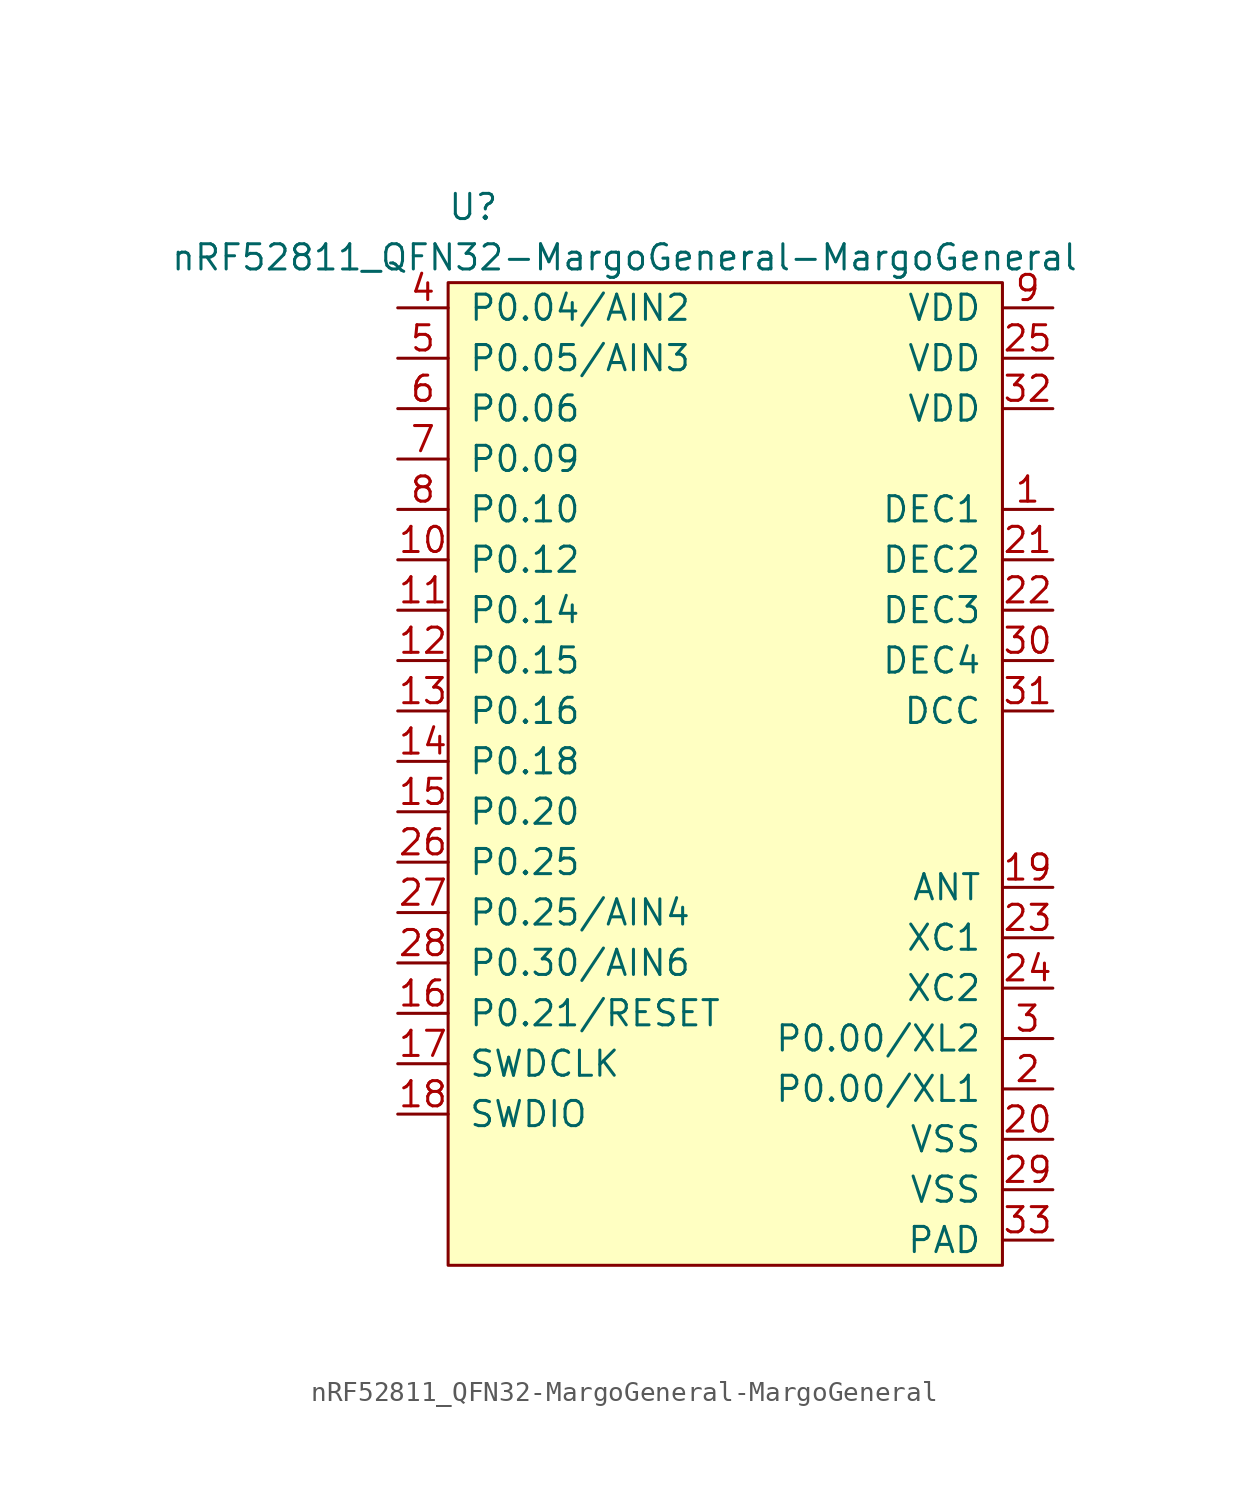
<source format=kicad_sym>
(kicad_symbol_lib
  (version 20211014)
  (generator kicad_symbol_editor)
  (symbol "nRF52811_QFN32-MargoGeneral-MargoGeneral"
    (pin_names
      (offset 1.016))
    (property "Reference" "U"
      (at 1.27 53.34 0)
      (effects (font (size 1.27 1.27))))
    (property "Value" "nRF52811_QFN32-MargoGeneral-MargoGeneral"
      (at 8.89 50.8 0)
      (effects (font (size 1.27 1.27))))
    (symbol "nRF52811_QFN32-MargoGeneral-MargoGeneral_0_1"
      (rectangle (start 0 0) (end 27.94 49.53) (stroke (width 0) (type default) (color 0 0 0 0)) (fill (type background))))
    (symbol "nRF52811_QFN32-MargoGeneral-MargoGeneral_1_1"
      (pin input line (at 30.48 38.1 180) (length 2.54) (name "DEC1" (effects (font (size 1.27 1.27)))) (number "1" (effects (font (size 1.27 1.27)))))
      (pin input line (at -2.54 35.56 0) (length 2.54) (name "P0.12" (effects (font (size 1.27 1.27)))) (number "10" (effects (font (size 1.27 1.27)))))
      (pin input line (at -2.54 33.02 0) (length 2.54) (name "P0.14" (effects (font (size 1.27 1.27)))) (number "11" (effects (font (size 1.27 1.27)))))
      (pin input line (at -2.54 30.48 0) (length 2.54) (name "P0.15" (effects (font (size 1.27 1.27)))) (number "12" (effects (font (size 1.27 1.27)))))
      (pin input line (at -2.54 27.94 0) (length 2.54) (name "P0.16" (effects (font (size 1.27 1.27)))) (number "13" (effects (font (size 1.27 1.27)))))
      (pin input line (at -2.54 25.4 0) (length 2.54) (name "P0.18" (effects (font (size 1.27 1.27)))) (number "14" (effects (font (size 1.27 1.27)))))
      (pin input line (at -2.54 22.86 0) (length 2.54) (name "P0.20" (effects (font (size 1.27 1.27)))) (number "15" (effects (font (size 1.27 1.27)))))
      (pin input line (at -2.54 12.7 0) (length 2.54) (name "P0.21/RESET" (effects (font (size 1.27 1.27)))) (number "16" (effects (font (size 1.27 1.27)))))
      (pin input line (at -2.54 10.16 0) (length 2.54) (name "SWDCLK" (effects (font (size 1.27 1.27)))) (number "17" (effects (font (size 1.27 1.27)))))
      (pin input line (at -2.54 7.62 0) (length 2.54) (name "SWDIO" (effects (font (size 1.27 1.27)))) (number "18" (effects (font (size 1.27 1.27)))))
      (pin input line (at 30.48 19.05 180) (length 2.54) (name "ANT" (effects (font (size 1.27 1.27)))) (number "19" (effects (font (size 1.27 1.27)))))
      (pin input line (at 30.48 8.89 180) (length 2.54) (name "P0.00/XL1" (effects (font (size 1.27 1.27)))) (number "2" (effects (font (size 1.27 1.27)))))
      (pin input line (at 30.48 6.35 180) (length 2.54) (name "VSS" (effects (font (size 1.27 1.27)))) (number "20" (effects (font (size 1.27 1.27)))))
      (pin input line (at 30.48 35.56 180) (length 2.54) (name "DEC2" (effects (font (size 1.27 1.27)))) (number "21" (effects (font (size 1.27 1.27)))))
      (pin input line (at 30.48 33.02 180) (length 2.54) (name "DEC3" (effects (font (size 1.27 1.27)))) (number "22" (effects (font (size 1.27 1.27)))))
      (pin input line (at 30.48 16.51 180) (length 2.54) (name "XC1" (effects (font (size 1.27 1.27)))) (number "23" (effects (font (size 1.27 1.27)))))
      (pin input line (at 30.48 13.97 180) (length 2.54) (name "XC2" (effects (font (size 1.27 1.27)))) (number "24" (effects (font (size 1.27 1.27)))))
      (pin input line (at 30.48 45.72 180) (length 2.54) (name "VDD" (effects (font (size 1.27 1.27)))) (number "25" (effects (font (size 1.27 1.27)))))
      (pin input line (at -2.54 20.32 0) (length 2.54) (name "P0.25" (effects (font (size 1.27 1.27)))) (number "26" (effects (font (size 1.27 1.27)))))
      (pin input line (at -2.54 17.78 0) (length 2.54) (name "P0.25/AIN4" (effects (font (size 1.27 1.27)))) (number "27" (effects (font (size 1.27 1.27)))))
      (pin input line (at -2.54 15.24 0) (length 2.54) (name "P0.30/AIN6" (effects (font (size 1.27 1.27)))) (number "28" (effects (font (size 1.27 1.27)))))
      (pin input line (at 30.48 3.81 180) (length 2.54) (name "VSS" (effects (font (size 1.27 1.27)))) (number "29" (effects (font (size 1.27 1.27)))))
      (pin input line (at 30.48 11.43 180) (length 2.54) (name "P0.00/XL2" (effects (font (size 1.27 1.27)))) (number "3" (effects (font (size 1.27 1.27)))))
      (pin input line (at 30.48 30.48 180) (length 2.54) (name "DEC4" (effects (font (size 1.27 1.27)))) (number "30" (effects (font (size 1.27 1.27)))))
      (pin input line (at 30.48 27.94 180) (length 2.54) (name "DCC" (effects (font (size 1.27 1.27)))) (number "31" (effects (font (size 1.27 1.27)))))
      (pin input line (at 30.48 43.18 180) (length 2.54) (name "VDD" (effects (font (size 1.27 1.27)))) (number "32" (effects (font (size 1.27 1.27)))))
      (pin input line (at 30.48 1.27 180) (length 2.54) (name "PAD" (effects (font (size 1.27 1.27)))) (number "33" (effects (font (size 1.27 1.27)))))
      (pin input line (at -2.54 48.26 0) (length 2.54) (name "P0.04/AIN2" (effects (font (size 1.27 1.27)))) (number "4" (effects (font (size 1.27 1.27)))))
      (pin input line (at -2.54 45.72 0) (length 2.54) (name "P0.05/AIN3" (effects (font (size 1.27 1.27)))) (number "5" (effects (font (size 1.27 1.27)))))
      (pin input line (at -2.54 43.18 0) (length 2.54) (name "P0.06" (effects (font (size 1.27 1.27)))) (number "6" (effects (font (size 1.27 1.27)))))
      (pin input line (at -2.54 40.64 0) (length 2.54) (name "P0.09" (effects (font (size 1.27 1.27)))) (number "7" (effects (font (size 1.27 1.27)))))
      (pin input line (at -2.54 38.1 0) (length 2.54) (name "P0.10" (effects (font (size 1.27 1.27)))) (number "8" (effects (font (size 1.27 1.27)))))
      (pin input line (at 30.48 48.26 180) (length 2.54) (name "VDD" (effects (font (size 1.27 1.27)))) (number "9" (effects (font (size 1.27 1.27))))))))
</source>
